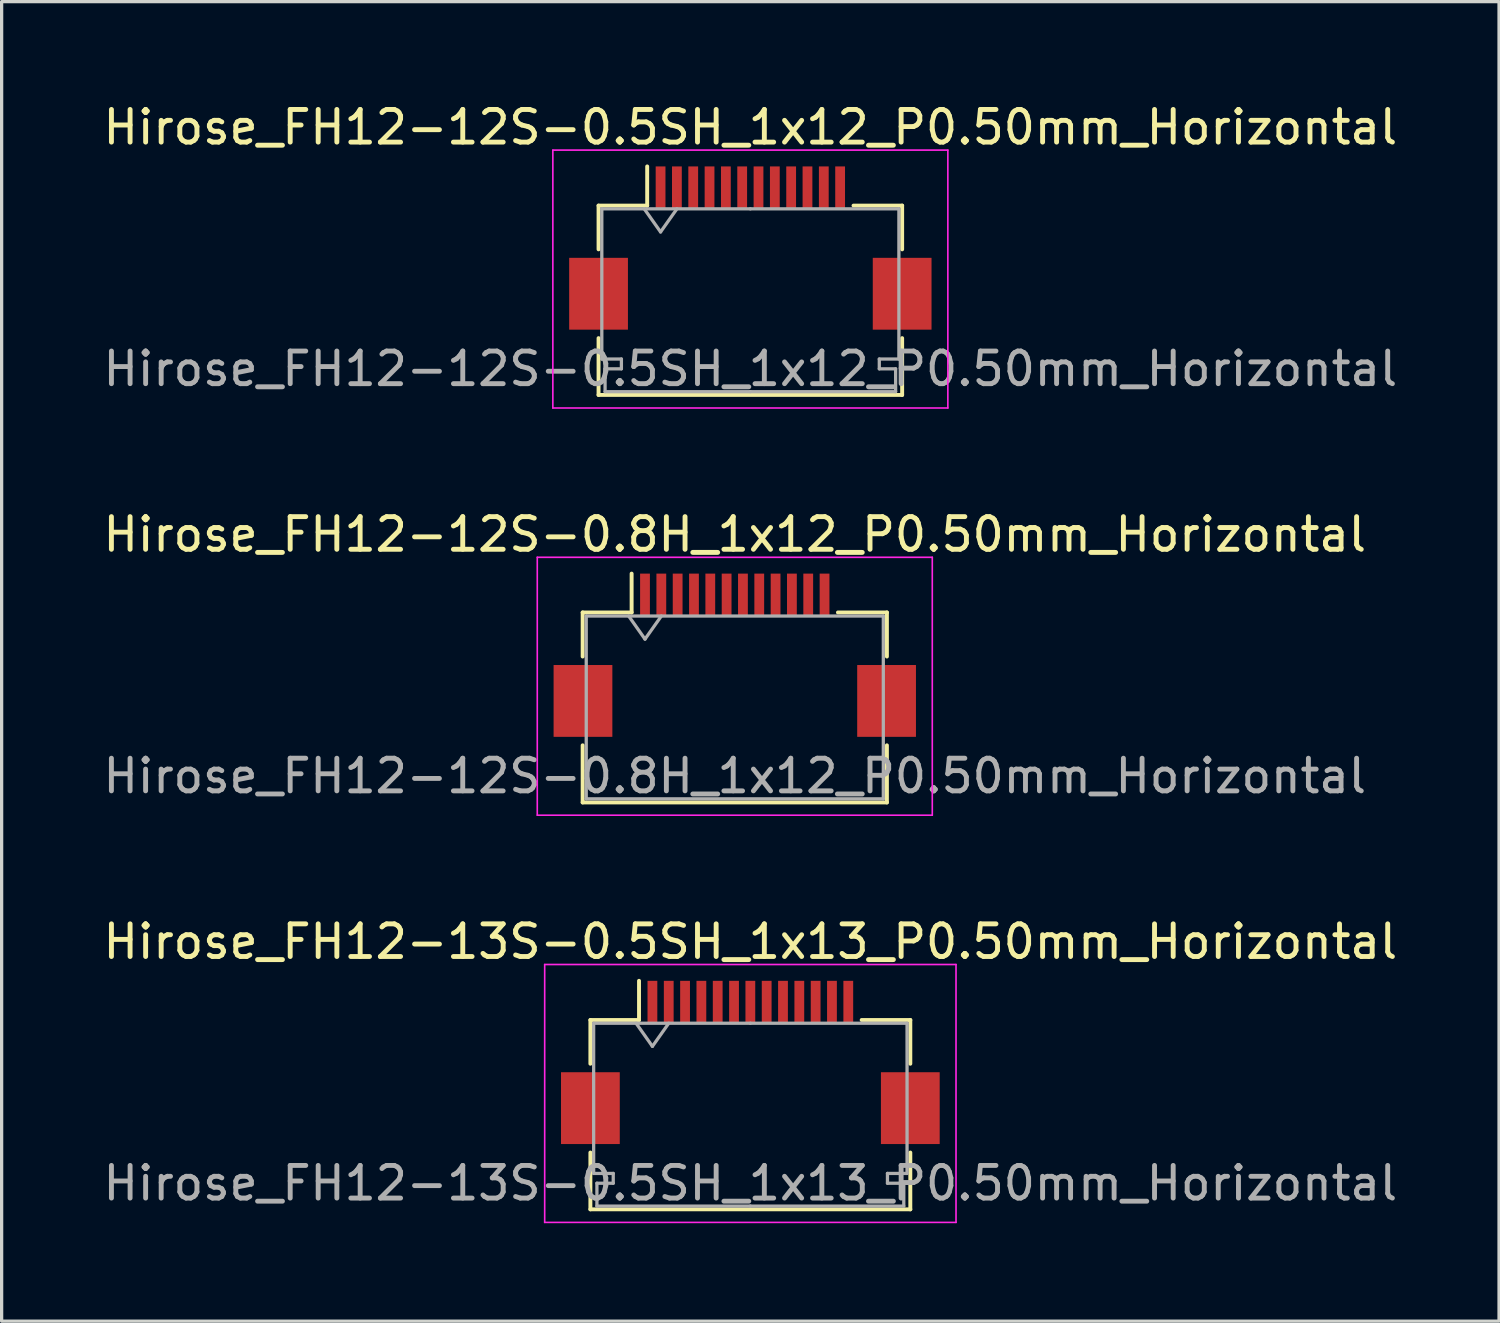
<source format=kicad_pcb>
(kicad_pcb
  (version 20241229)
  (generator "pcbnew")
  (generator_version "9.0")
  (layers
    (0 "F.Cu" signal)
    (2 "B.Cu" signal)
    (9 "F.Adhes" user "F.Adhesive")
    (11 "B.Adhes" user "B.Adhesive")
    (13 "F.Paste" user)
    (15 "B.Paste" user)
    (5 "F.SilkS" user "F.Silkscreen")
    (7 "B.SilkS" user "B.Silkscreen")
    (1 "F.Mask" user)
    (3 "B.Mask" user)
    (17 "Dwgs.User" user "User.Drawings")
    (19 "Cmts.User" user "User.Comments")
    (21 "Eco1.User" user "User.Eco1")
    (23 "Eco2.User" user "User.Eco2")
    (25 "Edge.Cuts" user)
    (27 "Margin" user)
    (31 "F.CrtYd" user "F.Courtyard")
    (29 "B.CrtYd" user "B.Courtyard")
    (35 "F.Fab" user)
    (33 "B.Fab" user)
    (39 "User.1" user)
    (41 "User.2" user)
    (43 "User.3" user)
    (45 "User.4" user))
  (footprint "Hirose_FH12-12S-0.8H_1x12_P0.50mm_Horizontal"
    (layer "F.Cu")
    (at 19.458 17.021)
    (property "Reference" "Hirose_FH12-12S-0.8H_1x12_P0.50mm_Horizontal" (at 0 -3.7 0) (layer "F.SilkS") (effects (font (size 1 1) (thickness 0.15))))
    (attr smd)
    (fp_line (start -4.66 -1.31) (end -3.16 -1.31) (stroke (width 0.12) (type solid)) (layer "F.SilkS"))
    (fp_line (start -4.66 0.04) (end -4.66 -1.31) (stroke (width 0.12) (type solid)) (layer "F.SilkS"))
    (fp_line (start -4.66 2.76) (end -4.66 4.51) (stroke (width 0.12) (type solid)) (layer "F.SilkS"))
    (fp_line (start -4.66 4.51) (end 4.66 4.51) (stroke (width 0.12) (type solid)) (layer "F.SilkS"))
    (fp_line (start -3.16 -1.31) (end -3.16 -2.5) (stroke (width 0.12) (type solid)) (layer "F.SilkS"))
    (fp_line (start 4.66 -1.31) (end 3.16 -1.31) (stroke (width 0.12) (type solid)) (layer "F.SilkS"))
    (fp_line (start 4.66 0.04) (end 4.66 -1.31) (stroke (width 0.12) (type solid)) (layer "F.SilkS"))
    (fp_line (start 4.66 4.51) (end 4.66 2.76) (stroke (width 0.12) (type solid)) (layer "F.SilkS"))
    (fp_line (start -6.05 -3) (end -6.05 4.9) (stroke (width 0.05) (type solid)) (layer "F.CrtYd"))
    (fp_line (start -6.05 4.9) (end 6.05 4.9) (stroke (width 0.05) (type solid)) (layer "F.CrtYd"))
    (fp_line (start 6.05 -3) (end -6.05 -3) (stroke (width 0.05) (type solid)) (layer "F.CrtYd"))
    (fp_line (start 6.05 4.9) (end 6.05 -3) (stroke (width 0.05) (type solid)) (layer "F.CrtYd"))
    (fp_line (start -4.55 -1.2) (end -4.55 4.4) (stroke (width 0.1) (type solid)) (layer "F.Fab"))
    (fp_line (start -4.55 -1.2) (end 4.55 -1.2) (stroke (width 0.1) (type solid)) (layer "F.Fab"))
    (fp_line (start -4.55 4.4) (end 4.55 4.4) (stroke (width 0.1) (type solid)) (layer "F.Fab"))
    (fp_line (start -3.25 -1.2) (end -2.75 -0.493) (stroke (width 0.1) (type solid)) (layer "F.Fab"))
    (fp_line (start -2.75 -0.493) (end -2.25 -1.2) (stroke (width 0.1) (type solid)) (layer "F.Fab"))
    (fp_line (start 4.55 -1.2) (end 4.55 4.4) (stroke (width 0.1) (type solid)) (layer "F.Fab"))
    (fp_text user "${REFERENCE}" (at 0 3.7 0) (layer "F.Fab") (effects (font (size 1 1) (thickness 0.15))))
    (pad "" smd rect (at -4.65 1.4) (size 1.8 2.2) (layers "F.Cu" "F.Mask" "F.Paste"))
    (pad "" smd rect (at 4.65 1.4) (size 1.8 2.2) (layers "F.Cu" "F.Mask" "F.Paste"))
    (pad "1" smd rect (at -2.75 -1.85) (size 0.3 1.3) (layers "F.Cu" "F.Mask" "F.Paste"))
    (pad "2" smd rect (at -2.25 -1.85) (size 0.3 1.3) (layers "F.Cu" "F.Mask" "F.Paste"))
    (pad "3" smd rect (at -1.75 -1.85) (size 0.3 1.3) (layers "F.Cu" "F.Mask" "F.Paste"))
    (pad "4" smd rect (at -1.25 -1.85) (size 0.3 1.3) (layers "F.Cu" "F.Mask" "F.Paste"))
    (pad "5" smd rect (at -0.75 -1.85) (size 0.3 1.3) (layers "F.Cu" "F.Mask" "F.Paste"))
    (pad "6" smd rect (at -0.25 -1.85) (size 0.3 1.3) (layers "F.Cu" "F.Mask" "F.Paste"))
    (pad "7" smd rect (at 0.25 -1.85) (size 0.3 1.3) (layers "F.Cu" "F.Mask" "F.Paste"))
    (pad "8" smd rect (at 0.75 -1.85) (size 0.3 1.3) (layers "F.Cu" "F.Mask" "F.Paste"))
    (pad "9" smd rect (at 1.25 -1.85) (size 0.3 1.3) (layers "F.Cu" "F.Mask" "F.Paste"))
    (pad "10" smd rect (at 1.75 -1.85) (size 0.3 1.3) (layers "F.Cu" "F.Mask" "F.Paste"))
    (pad "11" smd rect (at 2.25 -1.85) (size 0.3 1.3) (layers "F.Cu" "F.Mask" "F.Paste"))
    (pad "12" smd rect (at 2.75 -1.85) (size 0.3 1.3) (layers "F.Cu" "F.Mask" "F.Paste")))
  (footprint "Hirose_FH12-12S-0.5SH_1x12_P0.50mm_Horizontal"
    (layer "F.Cu")
    (at 19.935 4.548)
    (property "Reference" "Hirose_FH12-12S-0.5SH_1x12_P0.50mm_Horizontal" (at 0 -3.7 0) (layer "F.SilkS") (effects (font (size 1 1) (thickness 0.15))))
    (attr smd)
    (fp_line (start -4.65 -1.3) (end -4.65 0.04) (stroke (width 0.12) (type solid)) (layer "F.SilkS"))
    (fp_line (start -4.65 2.76) (end -4.65 4.5) (stroke (width 0.12) (type solid)) (layer "F.SilkS"))
    (fp_line (start -4.65 4.5) (end 4.65 4.5) (stroke (width 0.12) (type solid)) (layer "F.SilkS"))
    (fp_line (start -3.16 -1.3) (end -4.65 -1.3) (stroke (width 0.12) (type solid)) (layer "F.SilkS"))
    (fp_line (start -3.16 -1.3) (end -3.16 -2.5) (stroke (width 0.12) (type solid)) (layer "F.SilkS"))
    (fp_line (start 3.16 -1.3) (end 4.65 -1.3) (stroke (width 0.12) (type solid)) (layer "F.SilkS"))
    (fp_line (start 4.65 -1.3) (end 4.65 0.04) (stroke (width 0.12) (type solid)) (layer "F.SilkS"))
    (fp_line (start 4.65 4.5) (end 4.65 2.76) (stroke (width 0.12) (type solid)) (layer "F.SilkS"))
    (fp_line (start -6.05 -3) (end -6.05 4.9) (stroke (width 0.05) (type solid)) (layer "F.CrtYd"))
    (fp_line (start -6.05 4.9) (end 6.05 4.9) (stroke (width 0.05) (type solid)) (layer "F.CrtYd"))
    (fp_line (start 6.05 -3) (end -6.05 -3) (stroke (width 0.05) (type solid)) (layer "F.CrtYd"))
    (fp_line (start 6.05 4.9) (end 6.05 -3) (stroke (width 0.05) (type solid)) (layer "F.CrtYd"))
    (fp_line (start -4.55 -1.2) (end -4.55 3.4) (stroke (width 0.1) (type solid)) (layer "F.Fab"))
    (fp_line (start -4.55 3.4) (end -3.95 3.4) (stroke (width 0.1) (type solid)) (layer "F.Fab"))
    (fp_line (start -4.45 3.7) (end -4.45 4.4) (stroke (width 0.1) (type solid)) (layer "F.Fab"))
    (fp_line (start -4.45 4.4) (end 0 4.4) (stroke (width 0.1) (type solid)) (layer "F.Fab"))
    (fp_line (start -3.95 3.4) (end -3.95 3.7) (stroke (width 0.1) (type solid)) (layer "F.Fab"))
    (fp_line (start -3.95 3.7) (end -4.45 3.7) (stroke (width 0.1) (type solid)) (layer "F.Fab"))
    (fp_line (start -3.25 -1.2) (end -2.75 -0.493) (stroke (width 0.1) (type solid)) (layer "F.Fab"))
    (fp_line (start -2.75 -0.493) (end -2.25 -1.2) (stroke (width 0.1) (type solid)) (layer "F.Fab"))
    (fp_line (start 0 -1.2) (end -4.55 -1.2) (stroke (width 0.1) (type solid)) (layer "F.Fab"))
    (fp_line (start 0 -1.2) (end 4.55 -1.2) (stroke (width 0.1) (type solid)) (layer "F.Fab"))
    (fp_line (start 3.95 3.4) (end 3.95 3.7) (stroke (width 0.1) (type solid)) (layer "F.Fab"))
    (fp_line (start 3.95 3.7) (end 4.45 3.7) (stroke (width 0.1) (type solid)) (layer "F.Fab"))
    (fp_line (start 4.45 3.7) (end 4.45 4.4) (stroke (width 0.1) (type solid)) (layer "F.Fab"))
    (fp_line (start 4.45 4.4) (end 0 4.4) (stroke (width 0.1) (type solid)) (layer "F.Fab"))
    (fp_line (start 4.55 -1.2) (end 4.55 3.4) (stroke (width 0.1) (type solid)) (layer "F.Fab"))
    (fp_line (start 4.55 3.4) (end 3.95 3.4) (stroke (width 0.1) (type solid)) (layer "F.Fab"))
    (fp_text user "${REFERENCE}" (at 0 3.7 0) (layer "F.Fab") (effects (font (size 1 1) (thickness 0.15))))
    (pad "" smd rect (at -4.65 1.4) (size 1.8 2.2) (layers "F.Cu" "F.Mask" "F.Paste"))
    (pad "" smd rect (at 4.65 1.4) (size 1.8 2.2) (layers "F.Cu" "F.Mask" "F.Paste"))
    (pad "1" smd rect (at -2.75 -1.85) (size 0.3 1.3) (layers "F.Cu" "F.Mask" "F.Paste"))
    (pad "2" smd rect (at -2.25 -1.85) (size 0.3 1.3) (layers "F.Cu" "F.Mask" "F.Paste"))
    (pad "3" smd rect (at -1.75 -1.85) (size 0.3 1.3) (layers "F.Cu" "F.Mask" "F.Paste"))
    (pad "4" smd rect (at -1.25 -1.85) (size 0.3 1.3) (layers "F.Cu" "F.Mask" "F.Paste"))
    (pad "5" smd rect (at -0.75 -1.85) (size 0.3 1.3) (layers "F.Cu" "F.Mask" "F.Paste"))
    (pad "6" smd rect (at -0.25 -1.85) (size 0.3 1.3) (layers "F.Cu" "F.Mask" "F.Paste"))
    (pad "7" smd rect (at 0.25 -1.85) (size 0.3 1.3) (layers "F.Cu" "F.Mask" "F.Paste"))
    (pad "8" smd rect (at 0.75 -1.85) (size 0.3 1.3) (layers "F.Cu" "F.Mask" "F.Paste"))
    (pad "9" smd rect (at 1.25 -1.85) (size 0.3 1.3) (layers "F.Cu" "F.Mask" "F.Paste"))
    (pad "10" smd rect (at 1.75 -1.85) (size 0.3 1.3) (layers "F.Cu" "F.Mask" "F.Paste"))
    (pad "11" smd rect (at 2.25 -1.85) (size 0.3 1.3) (layers "F.Cu" "F.Mask" "F.Paste"))
    (pad "12" smd rect (at 2.75 -1.85) (size 0.3 1.3) (layers "F.Cu" "F.Mask" "F.Paste")))
  (footprint "Hirose_FH12-13S-0.5SH_1x13_P0.50mm_Horizontal"
    (layer "F.Cu")
    (at 19.935 29.495)
    (property "Reference" "Hirose_FH12-13S-0.5SH_1x13_P0.50mm_Horizontal" (at 0 -3.7 0) (layer "F.SilkS") (effects (font (size 1 1) (thickness 0.15))))
    (attr smd)
    (fp_line (start -4.9 -1.3) (end -4.9 0.04) (stroke (width 0.12) (type solid)) (layer "F.SilkS"))
    (fp_line (start -4.9 2.76) (end -4.9 4.5) (stroke (width 0.12) (type solid)) (layer "F.SilkS"))
    (fp_line (start -4.9 4.5) (end 4.9 4.5) (stroke (width 0.12) (type solid)) (layer "F.SilkS"))
    (fp_line (start -3.41 -1.3) (end -4.9 -1.3) (stroke (width 0.12) (type solid)) (layer "F.SilkS"))
    (fp_line (start -3.41 -1.3) (end -3.41 -2.5) (stroke (width 0.12) (type solid)) (layer "F.SilkS"))
    (fp_line (start 3.41 -1.3) (end 4.9 -1.3) (stroke (width 0.12) (type solid)) (layer "F.SilkS"))
    (fp_line (start 4.9 -1.3) (end 4.9 0.04) (stroke (width 0.12) (type solid)) (layer "F.SilkS"))
    (fp_line (start 4.9 4.5) (end 4.9 2.76) (stroke (width 0.12) (type solid)) (layer "F.SilkS"))
    (fp_line (start -6.3 -3) (end -6.3 4.9) (stroke (width 0.05) (type solid)) (layer "F.CrtYd"))
    (fp_line (start -6.3 4.9) (end 6.3 4.9) (stroke (width 0.05) (type solid)) (layer "F.CrtYd"))
    (fp_line (start 6.3 -3) (end -6.3 -3) (stroke (width 0.05) (type solid)) (layer "F.CrtYd"))
    (fp_line (start 6.3 4.9) (end 6.3 -3) (stroke (width 0.05) (type solid)) (layer "F.CrtYd"))
    (fp_line (start -4.8 -1.2) (end -4.8 3.4) (stroke (width 0.1) (type solid)) (layer "F.Fab"))
    (fp_line (start -4.8 3.4) (end -4.2 3.4) (stroke (width 0.1) (type solid)) (layer "F.Fab"))
    (fp_line (start -4.7 3.7) (end -4.7 4.4) (stroke (width 0.1) (type solid)) (layer "F.Fab"))
    (fp_line (start -4.7 4.4) (end 0 4.4) (stroke (width 0.1) (type solid)) (layer "F.Fab"))
    (fp_line (start -4.2 3.4) (end -4.2 3.7) (stroke (width 0.1) (type solid)) (layer "F.Fab"))
    (fp_line (start -4.2 3.7) (end -4.7 3.7) (stroke (width 0.1) (type solid)) (layer "F.Fab"))
    (fp_line (start -3.5 -1.2) (end -3 -0.493) (stroke (width 0.1) (type solid)) (layer "F.Fab"))
    (fp_line (start -3 -0.493) (end -2.5 -1.2) (stroke (width 0.1) (type solid)) (layer "F.Fab"))
    (fp_line (start 0 -1.2) (end -4.8 -1.2) (stroke (width 0.1) (type solid)) (layer "F.Fab"))
    (fp_line (start 0 -1.2) (end 4.8 -1.2) (stroke (width 0.1) (type solid)) (layer "F.Fab"))
    (fp_line (start 4.2 3.4) (end 4.2 3.7) (stroke (width 0.1) (type solid)) (layer "F.Fab"))
    (fp_line (start 4.2 3.7) (end 4.7 3.7) (stroke (width 0.1) (type solid)) (layer "F.Fab"))
    (fp_line (start 4.7 3.7) (end 4.7 4.4) (stroke (width 0.1) (type solid)) (layer "F.Fab"))
    (fp_line (start 4.7 4.4) (end 0 4.4) (stroke (width 0.1) (type solid)) (layer "F.Fab"))
    (fp_line (start 4.8 -1.2) (end 4.8 3.4) (stroke (width 0.1) (type solid)) (layer "F.Fab"))
    (fp_line (start 4.8 3.4) (end 4.2 3.4) (stroke (width 0.1) (type solid)) (layer "F.Fab"))
    (fp_text user "${REFERENCE}" (at 0 3.7 0) (layer "F.Fab") (effects (font (size 1 1) (thickness 0.15))))
    (pad "" smd rect (at -4.9 1.4) (size 1.8 2.2) (layers "F.Cu" "F.Mask" "F.Paste"))
    (pad "" smd rect (at 4.9 1.4) (size 1.8 2.2) (layers "F.Cu" "F.Mask" "F.Paste"))
    (pad "1" smd rect (at -3 -1.85) (size 0.3 1.3) (layers "F.Cu" "F.Mask" "F.Paste"))
    (pad "2" smd rect (at -2.5 -1.85) (size 0.3 1.3) (layers "F.Cu" "F.Mask" "F.Paste"))
    (pad "3" smd rect (at -2 -1.85) (size 0.3 1.3) (layers "F.Cu" "F.Mask" "F.Paste"))
    (pad "4" smd rect (at -1.5 -1.85) (size 0.3 1.3) (layers "F.Cu" "F.Mask" "F.Paste"))
    (pad "5" smd rect (at -1 -1.85) (size 0.3 1.3) (layers "F.Cu" "F.Mask" "F.Paste"))
    (pad "6" smd rect (at -0.5 -1.85) (size 0.3 1.3) (layers "F.Cu" "F.Mask" "F.Paste"))
    (pad "7" smd rect (at 0 -1.85) (size 0.3 1.3) (layers "F.Cu" "F.Mask" "F.Paste"))
    (pad "8" smd rect (at 0.5 -1.85) (size 0.3 1.3) (layers "F.Cu" "F.Mask" "F.Paste"))
    (pad "9" smd rect (at 1 -1.85) (size 0.3 1.3) (layers "F.Cu" "F.Mask" "F.Paste"))
    (pad "10" smd rect (at 1.5 -1.85) (size 0.3 1.3) (layers "F.Cu" "F.Mask" "F.Paste"))
    (pad "11" smd rect (at 2 -1.85) (size 0.3 1.3) (layers "F.Cu" "F.Mask" "F.Paste"))
    (pad "12" smd rect (at 2.5 -1.85) (size 0.3 1.3) (layers "F.Cu" "F.Mask" "F.Paste"))
    (pad "13" smd rect (at 3 -1.85) (size 0.3 1.3) (layers "F.Cu" "F.Mask" "F.Paste")))
  (gr_rect
    (start -3 -3)
    (end 42.869 37.42)
    (stroke (width 0.1) (type default))
    (fill no)
    (layer "Edge.Cuts")))
</source>
